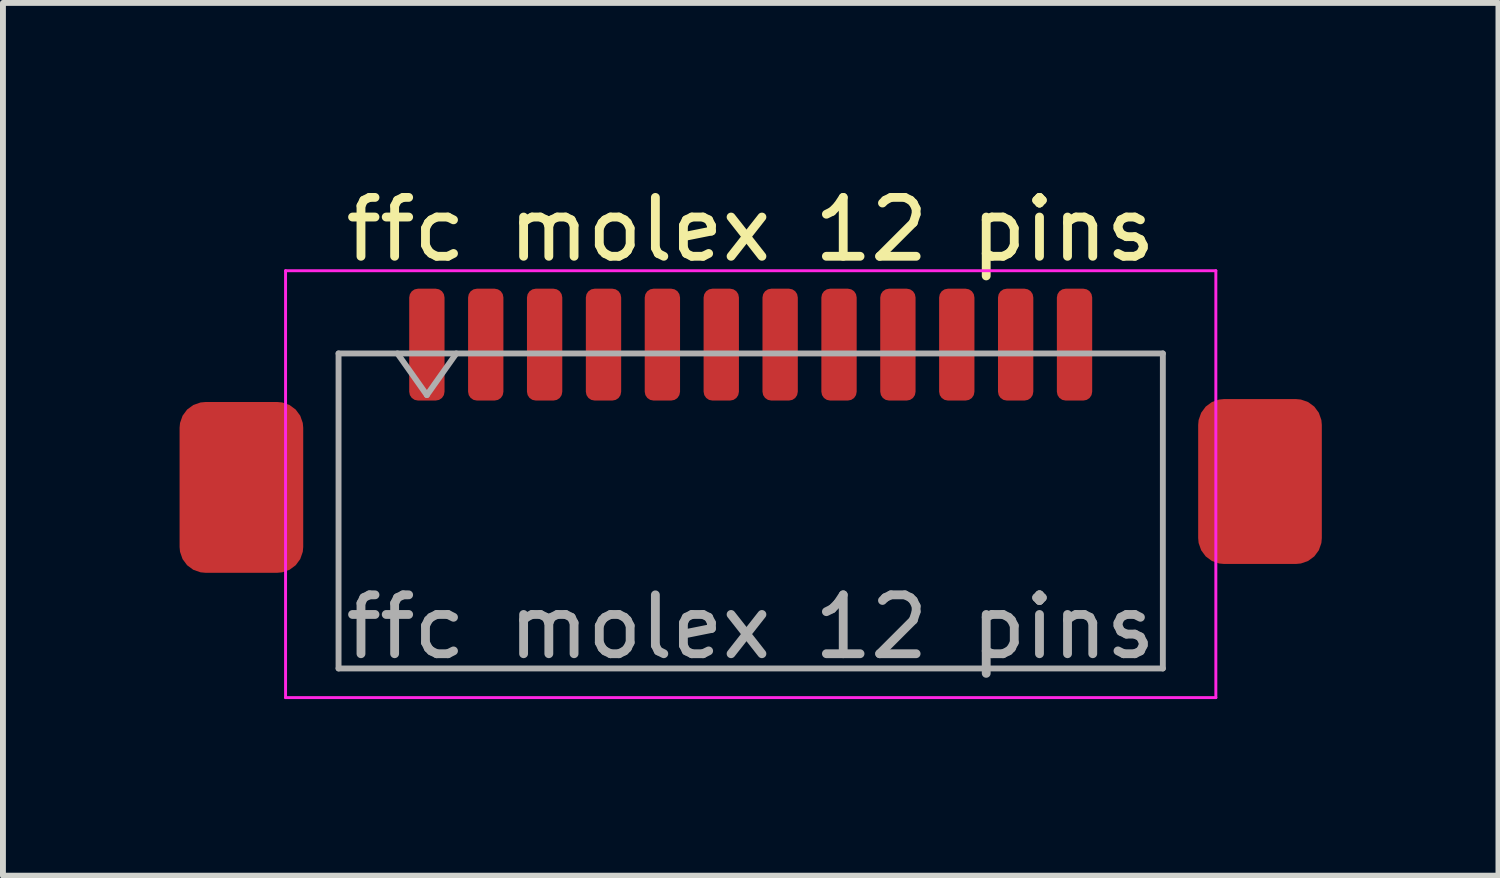
<source format=kicad_pcb>
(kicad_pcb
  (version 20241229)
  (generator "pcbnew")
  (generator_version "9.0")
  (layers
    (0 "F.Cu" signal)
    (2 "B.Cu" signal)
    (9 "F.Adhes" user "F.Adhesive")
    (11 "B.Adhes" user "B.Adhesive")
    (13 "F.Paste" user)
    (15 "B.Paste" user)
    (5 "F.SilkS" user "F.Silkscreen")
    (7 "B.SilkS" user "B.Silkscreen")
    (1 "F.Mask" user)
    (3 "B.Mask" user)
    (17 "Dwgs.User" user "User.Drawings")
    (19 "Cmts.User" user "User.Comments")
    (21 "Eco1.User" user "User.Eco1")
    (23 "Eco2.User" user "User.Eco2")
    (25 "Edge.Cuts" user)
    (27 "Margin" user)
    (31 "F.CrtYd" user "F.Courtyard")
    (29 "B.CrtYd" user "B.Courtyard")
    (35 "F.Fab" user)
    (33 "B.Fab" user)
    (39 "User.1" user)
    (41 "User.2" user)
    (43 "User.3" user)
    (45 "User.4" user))
  (footprint "ffc molex 12 pins"
    (layer "F.Cu")
    (at 9.7 4.828)
    (property "Reference" "ffc molex 12 pins" (at 0 -3.98 0) (layer "F.SilkS") (effects (font (size 1 1) (thickness 0.15))))
    (attr smd)
    (fp_line (start -7.9 -3.28) (end -7.9 3.97) (stroke (width 0.05) (type solid)) (layer "F.CrtYd"))
    (fp_line (start -7.9 3.97) (end 7.9 3.97) (stroke (width 0.05) (type solid)) (layer "F.CrtYd"))
    (fp_line (start 7.9 -3.28) (end -7.9 -3.28) (stroke (width 0.05) (type solid)) (layer "F.CrtYd"))
    (fp_line (start 7.9 3.97) (end 7.9 -3.28) (stroke (width 0.05) (type solid)) (layer "F.CrtYd"))
    (fp_line (start -7 -1.875) (end -7 3.475) (stroke (width 0.1) (type solid)) (layer "F.Fab"))
    (fp_line (start -7 -1.875) (end 7 -1.875) (stroke (width 0.1) (type solid)) (layer "F.Fab"))
    (fp_line (start -7 3.475) (end 7 3.475) (stroke (width 0.1) (type solid)) (layer "F.Fab"))
    (fp_line (start -6 -1.875) (end -5.5 -1.168) (stroke (width 0.1) (type solid)) (layer "F.Fab"))
    (fp_line (start -5.5 -1.168) (end -5 -1.875) (stroke (width 0.1) (type solid)) (layer "F.Fab"))
    (fp_line (start 7 -1.875) (end 7 3.475) (stroke (width 0.1) (type solid)) (layer "F.Fab"))
    (fp_text user "${REFERENCE}" (at 0 2.77 0) (layer "F.Fab") (effects (font (size 1 1) (thickness 0.15))))
    (pad "1" smd roundrect (at -5.5 -2.025) (size 0.6 1.9) (layers "F.Cu" "F.Mask" "F.Paste") (roundrect_rratio 0.25))
    (pad "2" smd roundrect (at -4.5 -2.025) (size 0.6 1.9) (layers "F.Cu" "F.Mask" "F.Paste") (roundrect_rratio 0.25))
    (pad "3" smd roundrect (at -3.5 -2.025) (size 0.6 1.9) (layers "F.Cu" "F.Mask" "F.Paste") (roundrect_rratio 0.25))
    (pad "4" smd roundrect (at -2.5 -2.025) (size 0.6 1.9) (layers "F.Cu" "F.Mask" "F.Paste") (roundrect_rratio 0.25))
    (pad "5" smd roundrect (at -1.5 -2.025) (size 0.6 1.9) (layers "F.Cu" "F.Mask" "F.Paste") (roundrect_rratio 0.25))
    (pad "6" smd roundrect (at -0.5 -2.025) (size 0.6 1.9) (layers "F.Cu" "F.Mask" "F.Paste") (roundrect_rratio 0.25))
    (pad "7" smd roundrect (at 0.5 -2.025) (size 0.6 1.9) (layers "F.Cu" "F.Mask" "F.Paste") (roundrect_rratio 0.25))
    (pad "8" smd roundrect (at 1.5 -2.025) (size 0.6 1.9) (layers "F.Cu" "F.Mask" "F.Paste") (roundrect_rratio 0.25))
    (pad "9" smd roundrect (at 2.5 -2.025) (size 0.6 1.9) (layers "F.Cu" "F.Mask" "F.Paste") (roundrect_rratio 0.25))
    (pad "10" smd roundrect (at 3.5 -2.025) (size 0.6 1.9) (layers "F.Cu" "F.Mask" "F.Paste") (roundrect_rratio 0.25))
    (pad "11" smd roundrect (at 4.5 -2.025) (size 0.6 1.9) (layers "F.Cu" "F.Mask" "F.Paste") (roundrect_rratio 0.25))
    (pad "12" smd roundrect (at 5.5 -2.025) (size 0.6 1.9) (layers "F.Cu" "F.Mask" "F.Paste") (roundrect_rratio 0.25))
    (pad "MP" smd roundrect (at -8.65 0.4) (size 2.1 2.9) (layers "F.Cu" "F.Mask" "F.Paste") (roundrect_rratio 0.208))
    (pad "MP" smd roundrect (at 8.65 0.3) (size 2.1 2.8) (layers "F.Cu" "F.Mask" "F.Paste") (roundrect_rratio 0.208)))
  (gr_rect
    (start -3 -3)
    (end 22.4 11.823)
    (stroke (width 0.1) (type default))
    (fill no)
    (layer "Edge.Cuts")))
</source>
